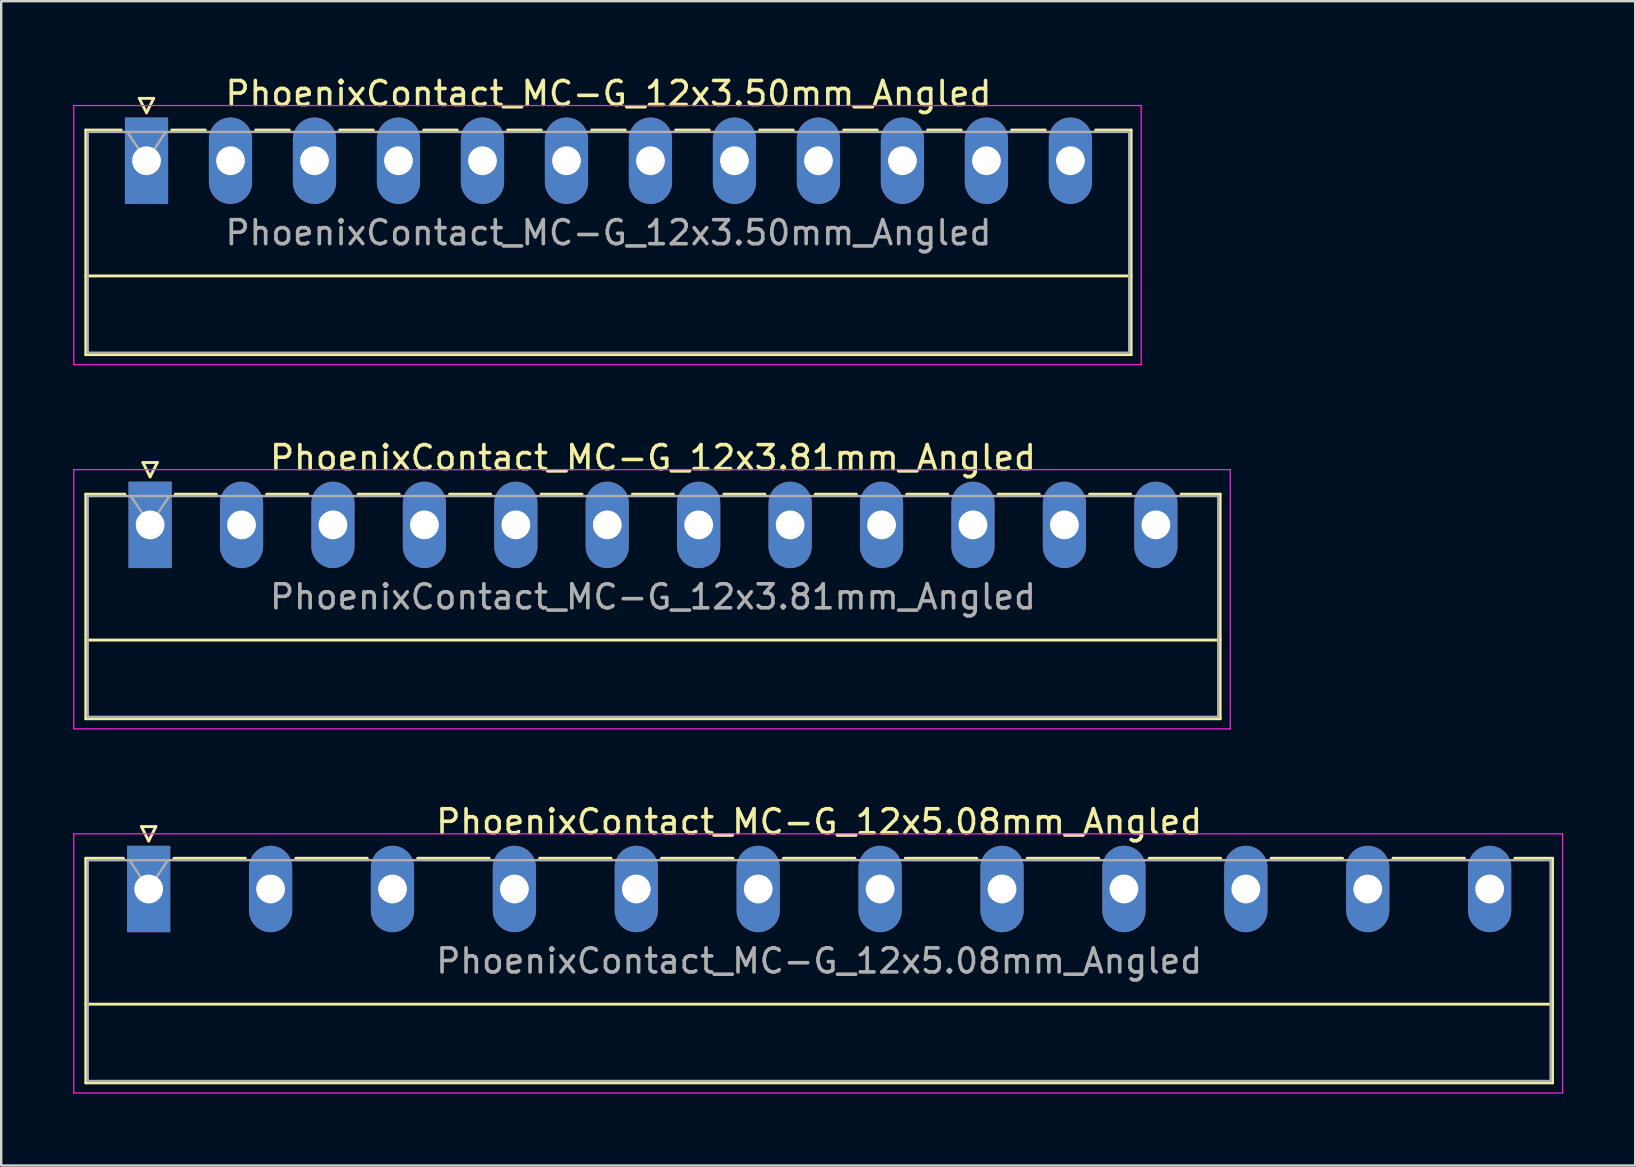
<source format=kicad_pcb>
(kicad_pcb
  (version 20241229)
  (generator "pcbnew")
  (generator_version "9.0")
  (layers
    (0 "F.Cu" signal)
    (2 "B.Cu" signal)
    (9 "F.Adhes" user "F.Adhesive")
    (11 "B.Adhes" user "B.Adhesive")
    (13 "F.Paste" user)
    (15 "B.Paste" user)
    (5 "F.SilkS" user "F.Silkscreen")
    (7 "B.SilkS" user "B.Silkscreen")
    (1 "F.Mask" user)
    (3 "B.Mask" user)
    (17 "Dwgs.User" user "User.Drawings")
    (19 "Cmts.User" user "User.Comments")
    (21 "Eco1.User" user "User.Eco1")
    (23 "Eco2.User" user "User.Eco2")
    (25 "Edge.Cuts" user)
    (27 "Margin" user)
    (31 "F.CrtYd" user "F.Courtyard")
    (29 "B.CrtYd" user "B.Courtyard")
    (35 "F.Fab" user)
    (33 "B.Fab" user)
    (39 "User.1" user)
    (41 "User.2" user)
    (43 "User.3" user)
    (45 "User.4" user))
  (footprint "PhoenixContact_MC-G_12x5.08mm_Angled"
    (layer "F.Cu")
    (at 3.145 33.995)
    (property "Reference" "PhoenixContact_MC-G_12x5.08mm_Angled" (at 27.94 -2.8 0) (layer "F.SilkS") (effects (font (size 1 1) (thickness 0.15))))
    (attr through_hole)
    (fp_line (start -2.62 -1.28) (end -2.62 8.08) (stroke (width 0.12) (type solid)) (layer "F.SilkS"))
    (fp_line (start -2.62 -1.28) (end -1.05 -1.28) (stroke (width 0.12) (type solid)) (layer "F.SilkS"))
    (fp_line (start -2.62 4.8) (end 58.5 4.8) (stroke (width 0.12) (type solid)) (layer "F.SilkS"))
    (fp_line (start -2.62 8.08) (end 58.5 8.08) (stroke (width 0.12) (type solid)) (layer "F.SilkS"))
    (fp_line (start -0.3 -2.6) (end 0.3 -2.6) (stroke (width 0.12) (type solid)) (layer "F.SilkS"))
    (fp_line (start 0 -2) (end -0.3 -2.6) (stroke (width 0.12) (type solid)) (layer "F.SilkS"))
    (fp_line (start 0.3 -2.6) (end 0 -2) (stroke (width 0.12) (type solid)) (layer "F.SilkS"))
    (fp_line (start 1.05 -1.28) (end 4.03 -1.28) (stroke (width 0.12) (type solid)) (layer "F.SilkS"))
    (fp_line (start 6.13 -1.28) (end 9.11 -1.28) (stroke (width 0.12) (type solid)) (layer "F.SilkS"))
    (fp_line (start 11.21 -1.28) (end 14.19 -1.28) (stroke (width 0.12) (type solid)) (layer "F.SilkS"))
    (fp_line (start 16.29 -1.28) (end 19.27 -1.28) (stroke (width 0.12) (type solid)) (layer "F.SilkS"))
    (fp_line (start 21.37 -1.28) (end 24.35 -1.28) (stroke (width 0.12) (type solid)) (layer "F.SilkS"))
    (fp_line (start 26.45 -1.28) (end 29.43 -1.28) (stroke (width 0.12) (type solid)) (layer "F.SilkS"))
    (fp_line (start 31.53 -1.28) (end 34.51 -1.28) (stroke (width 0.12) (type solid)) (layer "F.SilkS"))
    (fp_line (start 36.61 -1.28) (end 39.59 -1.28) (stroke (width 0.12) (type solid)) (layer "F.SilkS"))
    (fp_line (start 41.69 -1.28) (end 44.67 -1.28) (stroke (width 0.12) (type solid)) (layer "F.SilkS"))
    (fp_line (start 46.77 -1.28) (end 49.75 -1.28) (stroke (width 0.12) (type solid)) (layer "F.SilkS"))
    (fp_line (start 51.85 -1.28) (end 54.83 -1.28) (stroke (width 0.12) (type solid)) (layer "F.SilkS"))
    (fp_line (start 58.5 -1.28) (end 56.93 -1.28) (stroke (width 0.12) (type solid)) (layer "F.SilkS"))
    (fp_line (start 58.5 8.08) (end 58.5 -1.28) (stroke (width 0.12) (type solid)) (layer "F.SilkS"))
    (fp_line (start -3.12 -2.3) (end -3.12 8.5) (stroke (width 0.05) (type solid)) (layer "F.CrtYd"))
    (fp_line (start -3.12 8.5) (end 58.92 8.5) (stroke (width 0.05) (type solid)) (layer "F.CrtYd"))
    (fp_line (start 58.92 -2.3) (end -3.12 -2.3) (stroke (width 0.05) (type solid)) (layer "F.CrtYd"))
    (fp_line (start 58.92 8.5) (end 58.92 -2.3) (stroke (width 0.05) (type solid)) (layer "F.CrtYd"))
    (fp_line (start -2.54 -1.2) (end -2.54 8) (stroke (width 0.1) (type solid)) (layer "F.Fab"))
    (fp_line (start -2.54 8) (end 58.42 8) (stroke (width 0.1) (type solid)) (layer "F.Fab"))
    (fp_line (start 0 0) (end -0.8 -1.2) (stroke (width 0.1) (type solid)) (layer "F.Fab"))
    (fp_line (start 0.8 -1.2) (end 0 0) (stroke (width 0.1) (type solid)) (layer "F.Fab"))
    (fp_line (start 58.42 -1.2) (end -2.54 -1.2) (stroke (width 0.1) (type solid)) (layer "F.Fab"))
    (fp_line (start 58.42 8) (end 58.42 -1.2) (stroke (width 0.1) (type solid)) (layer "F.Fab"))
    (fp_text user "${REFERENCE}" (at 27.94 3 0) (layer "F.Fab") (effects (font (size 1 1) (thickness 0.15))))
    (pad "1" thru_hole rect (at 0 0) (size 1.8 3.6) (drill 1.2) (layers "*.Cu" "*.Mask"))
    (pad "2" thru_hole oval (at 5.08 0) (size 1.8 3.6) (drill 1.2) (layers "*.Cu" "*.Mask"))
    (pad "3" thru_hole oval (at 10.16 0) (size 1.8 3.6) (drill 1.2) (layers "*.Cu" "*.Mask"))
    (pad "4" thru_hole oval (at 15.24 0) (size 1.8 3.6) (drill 1.2) (layers "*.Cu" "*.Mask"))
    (pad "5" thru_hole oval (at 20.32 0) (size 1.8 3.6) (drill 1.2) (layers "*.Cu" "*.Mask"))
    (pad "6" thru_hole oval (at 25.4 0) (size 1.8 3.6) (drill 1.2) (layers "*.Cu" "*.Mask"))
    (pad "7" thru_hole oval (at 30.48 0) (size 1.8 3.6) (drill 1.2) (layers "*.Cu" "*.Mask"))
    (pad "8" thru_hole oval (at 35.56 0) (size 1.8 3.6) (drill 1.2) (layers "*.Cu" "*.Mask"))
    (pad "9" thru_hole oval (at 40.64 0) (size 1.8 3.6) (drill 1.2) (layers "*.Cu" "*.Mask"))
    (pad "10" thru_hole oval (at 45.72 0) (size 1.8 3.6) (drill 1.2) (layers "*.Cu" "*.Mask"))
    (pad "11" thru_hole oval (at 50.8 0) (size 1.8 3.6) (drill 1.2) (layers "*.Cu" "*.Mask"))
    (pad "12" thru_hole oval (at 55.88 0) (size 1.8 3.6) (drill 1.2) (layers "*.Cu" "*.Mask")))
  (footprint "PhoenixContact_MC-G_12x3.50mm_Angled"
    (layer "F.Cu")
    (at 3.055 3.648)
    (property "Reference" "PhoenixContact_MC-G_12x3.50mm_Angled" (at 19.25 -2.8 0) (layer "F.SilkS") (effects (font (size 1 1) (thickness 0.15))))
    (attr through_hole)
    (fp_line (start -2.53 -1.28) (end -2.53 8.08) (stroke (width 0.12) (type solid)) (layer "F.SilkS"))
    (fp_line (start -2.53 -1.28) (end -1.05 -1.28) (stroke (width 0.12) (type solid)) (layer "F.SilkS"))
    (fp_line (start -2.53 4.8) (end 41.03 4.8) (stroke (width 0.12) (type solid)) (layer "F.SilkS"))
    (fp_line (start -2.53 8.08) (end 41.03 8.08) (stroke (width 0.12) (type solid)) (layer "F.SilkS"))
    (fp_line (start -0.3 -2.6) (end 0.3 -2.6) (stroke (width 0.12) (type solid)) (layer "F.SilkS"))
    (fp_line (start 0 -2) (end -0.3 -2.6) (stroke (width 0.12) (type solid)) (layer "F.SilkS"))
    (fp_line (start 0.3 -2.6) (end 0 -2) (stroke (width 0.12) (type solid)) (layer "F.SilkS"))
    (fp_line (start 1.05 -1.28) (end 2.45 -1.28) (stroke (width 0.12) (type solid)) (layer "F.SilkS"))
    (fp_line (start 4.55 -1.28) (end 5.95 -1.28) (stroke (width 0.12) (type solid)) (layer "F.SilkS"))
    (fp_line (start 8.05 -1.28) (end 9.45 -1.28) (stroke (width 0.12) (type solid)) (layer "F.SilkS"))
    (fp_line (start 11.55 -1.28) (end 12.95 -1.28) (stroke (width 0.12) (type solid)) (layer "F.SilkS"))
    (fp_line (start 15.05 -1.28) (end 16.45 -1.28) (stroke (width 0.12) (type solid)) (layer "F.SilkS"))
    (fp_line (start 18.55 -1.28) (end 19.95 -1.28) (stroke (width 0.12) (type solid)) (layer "F.SilkS"))
    (fp_line (start 22.05 -1.28) (end 23.45 -1.28) (stroke (width 0.12) (type solid)) (layer "F.SilkS"))
    (fp_line (start 25.55 -1.28) (end 26.95 -1.28) (stroke (width 0.12) (type solid)) (layer "F.SilkS"))
    (fp_line (start 29.05 -1.28) (end 30.45 -1.28) (stroke (width 0.12) (type solid)) (layer "F.SilkS"))
    (fp_line (start 32.55 -1.28) (end 33.95 -1.28) (stroke (width 0.12) (type solid)) (layer "F.SilkS"))
    (fp_line (start 36.05 -1.28) (end 37.45 -1.28) (stroke (width 0.12) (type solid)) (layer "F.SilkS"))
    (fp_line (start 41.03 -1.28) (end 39.55 -1.28) (stroke (width 0.12) (type solid)) (layer "F.SilkS"))
    (fp_line (start 41.03 8.08) (end 41.03 -1.28) (stroke (width 0.12) (type solid)) (layer "F.SilkS"))
    (fp_line (start -3.03 -2.3) (end -3.03 8.5) (stroke (width 0.05) (type solid)) (layer "F.CrtYd"))
    (fp_line (start -3.03 8.5) (end 41.45 8.5) (stroke (width 0.05) (type solid)) (layer "F.CrtYd"))
    (fp_line (start 41.45 -2.3) (end -3.03 -2.3) (stroke (width 0.05) (type solid)) (layer "F.CrtYd"))
    (fp_line (start 41.45 8.5) (end 41.45 -2.3) (stroke (width 0.05) (type solid)) (layer "F.CrtYd"))
    (fp_line (start -2.45 -1.2) (end -2.45 8) (stroke (width 0.1) (type solid)) (layer "F.Fab"))
    (fp_line (start -2.45 8) (end 40.95 8) (stroke (width 0.1) (type solid)) (layer "F.Fab"))
    (fp_line (start 0 0) (end -0.8 -1.2) (stroke (width 0.1) (type solid)) (layer "F.Fab"))
    (fp_line (start 0.8 -1.2) (end 0 0) (stroke (width 0.1) (type solid)) (layer "F.Fab"))
    (fp_line (start 40.95 -1.2) (end -2.45 -1.2) (stroke (width 0.1) (type solid)) (layer "F.Fab"))
    (fp_line (start 40.95 8) (end 40.95 -1.2) (stroke (width 0.1) (type solid)) (layer "F.Fab"))
    (fp_text user "${REFERENCE}" (at 19.25 3 0) (layer "F.Fab") (effects (font (size 1 1) (thickness 0.15))))
    (pad "1" thru_hole rect (at 0 0) (size 1.8 3.6) (drill 1.2) (layers "*.Cu" "*.Mask"))
    (pad "2" thru_hole oval (at 3.5 0) (size 1.8 3.6) (drill 1.2) (layers "*.Cu" "*.Mask"))
    (pad "3" thru_hole oval (at 7 0) (size 1.8 3.6) (drill 1.2) (layers "*.Cu" "*.Mask"))
    (pad "4" thru_hole oval (at 10.5 0) (size 1.8 3.6) (drill 1.2) (layers "*.Cu" "*.Mask"))
    (pad "5" thru_hole oval (at 14 0) (size 1.8 3.6) (drill 1.2) (layers "*.Cu" "*.Mask"))
    (pad "6" thru_hole oval (at 17.5 0) (size 1.8 3.6) (drill 1.2) (layers "*.Cu" "*.Mask"))
    (pad "7" thru_hole oval (at 21 0) (size 1.8 3.6) (drill 1.2) (layers "*.Cu" "*.Mask"))
    (pad "8" thru_hole oval (at 24.5 0) (size 1.8 3.6) (drill 1.2) (layers "*.Cu" "*.Mask"))
    (pad "9" thru_hole oval (at 28 0) (size 1.8 3.6) (drill 1.2) (layers "*.Cu" "*.Mask"))
    (pad "10" thru_hole oval (at 31.5 0) (size 1.8 3.6) (drill 1.2) (layers "*.Cu" "*.Mask"))
    (pad "11" thru_hole oval (at 35 0) (size 1.8 3.6) (drill 1.2) (layers "*.Cu" "*.Mask"))
    (pad "12" thru_hole oval (at 38.5 0) (size 1.8 3.6) (drill 1.2) (layers "*.Cu" "*.Mask")))
  (footprint "PhoenixContact_MC-G_12x3.81mm_Angled"
    (layer "F.Cu")
    (at 3.205 18.822)
    (property "Reference" "PhoenixContact_MC-G_12x3.81mm_Angled" (at 20.955 -2.8 0) (layer "F.SilkS") (effects (font (size 1 1) (thickness 0.15))))
    (attr through_hole)
    (fp_line (start -2.68 -1.28) (end -2.68 8.08) (stroke (width 0.12) (type solid)) (layer "F.SilkS"))
    (fp_line (start -2.68 -1.28) (end -1.05 -1.28) (stroke (width 0.12) (type solid)) (layer "F.SilkS"))
    (fp_line (start -2.68 4.8) (end 44.59 4.8) (stroke (width 0.12) (type solid)) (layer "F.SilkS"))
    (fp_line (start -2.68 8.08) (end 44.59 8.08) (stroke (width 0.12) (type solid)) (layer "F.SilkS"))
    (fp_line (start -0.3 -2.6) (end 0.3 -2.6) (stroke (width 0.12) (type solid)) (layer "F.SilkS"))
    (fp_line (start 0 -2) (end -0.3 -2.6) (stroke (width 0.12) (type solid)) (layer "F.SilkS"))
    (fp_line (start 0.3 -2.6) (end 0 -2) (stroke (width 0.12) (type solid)) (layer "F.SilkS"))
    (fp_line (start 1.05 -1.28) (end 2.76 -1.28) (stroke (width 0.12) (type solid)) (layer "F.SilkS"))
    (fp_line (start 4.86 -1.28) (end 6.57 -1.28) (stroke (width 0.12) (type solid)) (layer "F.SilkS"))
    (fp_line (start 8.67 -1.28) (end 10.38 -1.28) (stroke (width 0.12) (type solid)) (layer "F.SilkS"))
    (fp_line (start 12.48 -1.28) (end 14.19 -1.28) (stroke (width 0.12) (type solid)) (layer "F.SilkS"))
    (fp_line (start 16.29 -1.28) (end 18 -1.28) (stroke (width 0.12) (type solid)) (layer "F.SilkS"))
    (fp_line (start 20.1 -1.28) (end 21.81 -1.28) (stroke (width 0.12) (type solid)) (layer "F.SilkS"))
    (fp_line (start 23.91 -1.28) (end 25.62 -1.28) (stroke (width 0.12) (type solid)) (layer "F.SilkS"))
    (fp_line (start 27.72 -1.28) (end 29.43 -1.28) (stroke (width 0.12) (type solid)) (layer "F.SilkS"))
    (fp_line (start 31.53 -1.28) (end 33.24 -1.28) (stroke (width 0.12) (type solid)) (layer "F.SilkS"))
    (fp_line (start 35.34 -1.28) (end 37.05 -1.28) (stroke (width 0.12) (type solid)) (layer "F.SilkS"))
    (fp_line (start 39.15 -1.28) (end 40.86 -1.28) (stroke (width 0.12) (type solid)) (layer "F.SilkS"))
    (fp_line (start 44.59 -1.28) (end 42.96 -1.28) (stroke (width 0.12) (type solid)) (layer "F.SilkS"))
    (fp_line (start 44.59 8.08) (end 44.59 -1.28) (stroke (width 0.12) (type solid)) (layer "F.SilkS"))
    (fp_line (start -3.18 -2.3) (end -3.18 8.5) (stroke (width 0.05) (type solid)) (layer "F.CrtYd"))
    (fp_line (start -3.18 8.5) (end 45.01 8.5) (stroke (width 0.05) (type solid)) (layer "F.CrtYd"))
    (fp_line (start 45.01 -2.3) (end -3.18 -2.3) (stroke (width 0.05) (type solid)) (layer "F.CrtYd"))
    (fp_line (start 45.01 8.5) (end 45.01 -2.3) (stroke (width 0.05) (type solid)) (layer "F.CrtYd"))
    (fp_line (start -2.6 -1.2) (end -2.6 8) (stroke (width 0.1) (type solid)) (layer "F.Fab"))
    (fp_line (start -2.6 8) (end 44.51 8) (stroke (width 0.1) (type solid)) (layer "F.Fab"))
    (fp_line (start 0 0) (end -0.8 -1.2) (stroke (width 0.1) (type solid)) (layer "F.Fab"))
    (fp_line (start 0.8 -1.2) (end 0 0) (stroke (width 0.1) (type solid)) (layer "F.Fab"))
    (fp_line (start 44.51 -1.2) (end -2.6 -1.2) (stroke (width 0.1) (type solid)) (layer "F.Fab"))
    (fp_line (start 44.51 8) (end 44.51 -1.2) (stroke (width 0.1) (type solid)) (layer "F.Fab"))
    (fp_text user "${REFERENCE}" (at 20.955 3 0) (layer "F.Fab") (effects (font (size 1 1) (thickness 0.15))))
    (pad "1" thru_hole rect (at 0 0) (size 1.8 3.6) (drill 1.2) (layers "*.Cu" "*.Mask"))
    (pad "2" thru_hole oval (at 3.81 0) (size 1.8 3.6) (drill 1.2) (layers "*.Cu" "*.Mask"))
    (pad "3" thru_hole oval (at 7.62 0) (size 1.8 3.6) (drill 1.2) (layers "*.Cu" "*.Mask"))
    (pad "4" thru_hole oval (at 11.43 0) (size 1.8 3.6) (drill 1.2) (layers "*.Cu" "*.Mask"))
    (pad "5" thru_hole oval (at 15.24 0) (size 1.8 3.6) (drill 1.2) (layers "*.Cu" "*.Mask"))
    (pad "6" thru_hole oval (at 19.05 0) (size 1.8 3.6) (drill 1.2) (layers "*.Cu" "*.Mask"))
    (pad "7" thru_hole oval (at 22.86 0) (size 1.8 3.6) (drill 1.2) (layers "*.Cu" "*.Mask"))
    (pad "8" thru_hole oval (at 26.67 0) (size 1.8 3.6) (drill 1.2) (layers "*.Cu" "*.Mask"))
    (pad "9" thru_hole oval (at 30.48 0) (size 1.8 3.6) (drill 1.2) (layers "*.Cu" "*.Mask"))
    (pad "10" thru_hole oval (at 34.29 0) (size 1.8 3.6) (drill 1.2) (layers "*.Cu" "*.Mask"))
    (pad "11" thru_hole oval (at 38.1 0) (size 1.8 3.6) (drill 1.2) (layers "*.Cu" "*.Mask"))
    (pad "12" thru_hole oval (at 41.91 0) (size 1.8 3.6) (drill 1.2) (layers "*.Cu" "*.Mask")))
  (gr_rect
    (start -3 -3)
    (end 65.09 45.52)
    (stroke (width 0.1) (type default))
    (fill no)
    (layer "Edge.Cuts")))
</source>
